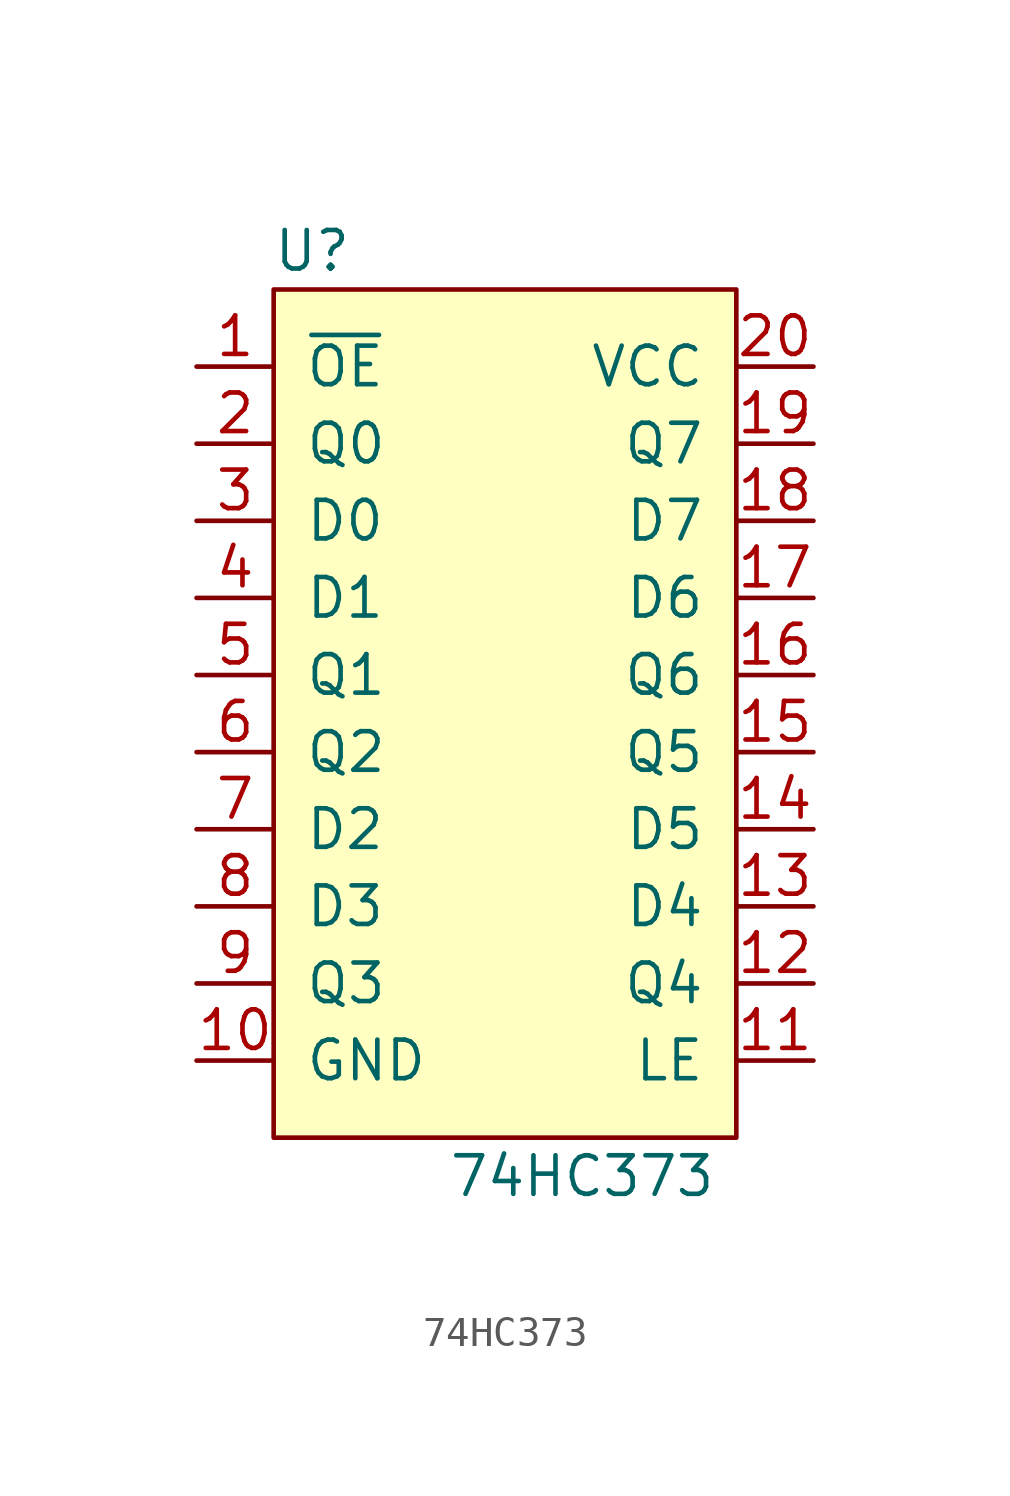
<source format=kicad_sym>
(kicad_symbol_lib
  (version 20241209)
  (generator "kicad_symbol_editor")
  (generator_version "9.0")
  (symbol "74HC373"
    (pin_names
      (offset 1.016))
    (property "Reference" "U"
      (at -6.35 15.24 0)
      (effects (font (size 1.27 1.27))))
    (property "Value" "74HC373"
      (at 2.54 -15.24 0)
      (effects (font (size 1.27 1.27))))
    (symbol "74HC373_0_1"
      (rectangle (start -7.62 13.97) (end 7.62 -13.97) (stroke (width 0) (type solid)) (fill (type background))))
    (symbol "74HC373_1_1"
      (pin input line (at -10.16 11.43 0) (length 2.54) (name "~{OE}" (effects (font (size 1.27 1.27)))) (number "1" (effects (font (size 1.27 1.27)))))
      (pin output line (at -10.16 8.89 0) (length 2.54) (name "Q0" (effects (font (size 1.27 1.27)))) (number "2" (effects (font (size 1.27 1.27)))))
      (pin input line (at -10.16 6.35 0) (length 2.54) (name "D0" (effects (font (size 1.27 1.27)))) (number "3" (effects (font (size 1.27 1.27)))))
      (pin input line (at -10.16 3.81 0) (length 2.54) (name "D1" (effects (font (size 1.27 1.27)))) (number "4" (effects (font (size 1.27 1.27)))))
      (pin output line (at -10.16 1.27 0) (length 2.54) (name "Q1" (effects (font (size 1.27 1.27)))) (number "5" (effects (font (size 1.27 1.27)))))
      (pin output line (at -10.16 -1.27 0) (length 2.54) (name "Q2" (effects (font (size 1.27 1.27)))) (number "6" (effects (font (size 1.27 1.27)))))
      (pin input line (at -10.16 -3.81 0) (length 2.54) (name "D2" (effects (font (size 1.27 1.27)))) (number "7" (effects (font (size 1.27 1.27)))))
      (pin input line (at -10.16 -6.35 0) (length 2.54) (name "D3" (effects (font (size 1.27 1.27)))) (number "8" (effects (font (size 1.27 1.27)))))
      (pin output line (at -10.16 -8.89 0) (length 2.54) (name "Q3" (effects (font (size 1.27 1.27)))) (number "9" (effects (font (size 1.27 1.27)))))
      (pin passive line (at -10.16 -11.43 0) (length 2.54) (name "GND" (effects (font (size 1.27 1.27)))) (number "10" (effects (font (size 1.27 1.27)))))
      (pin passive line (at 10.16 11.43 180) (length 2.54) (name "VCC" (effects (font (size 1.27 1.27)))) (number "20" (effects (font (size 1.27 1.27)))))
      (pin output line (at 10.16 8.89 180) (length 2.54) (name "Q7" (effects (font (size 1.27 1.27)))) (number "19" (effects (font (size 1.27 1.27)))))
      (pin input line (at 10.16 6.35 180) (length 2.54) (name "D7" (effects (font (size 1.27 1.27)))) (number "18" (effects (font (size 1.27 1.27)))))
      (pin input line (at 10.16 3.81 180) (length 2.54) (name "D6" (effects (font (size 1.27 1.27)))) (number "17" (effects (font (size 1.27 1.27)))))
      (pin output line (at 10.16 1.27 180) (length 2.54) (name "Q6" (effects (font (size 1.27 1.27)))) (number "16" (effects (font (size 1.27 1.27)))))
      (pin output line (at 10.16 -1.27 180) (length 2.54) (name "Q5" (effects (font (size 1.27 1.27)))) (number "15" (effects (font (size 1.27 1.27)))))
      (pin input line (at 10.16 -3.81 180) (length 2.54) (name "D5" (effects (font (size 1.27 1.27)))) (number "14" (effects (font (size 1.27 1.27)))))
      (pin input line (at 10.16 -6.35 180) (length 2.54) (name "D4" (effects (font (size 1.27 1.27)))) (number "13" (effects (font (size 1.27 1.27)))))
      (pin output line (at 10.16 -8.89 180) (length 2.54) (name "Q4" (effects (font (size 1.27 1.27)))) (number "12" (effects (font (size 1.27 1.27)))))
      (pin input line (at 10.16 -11.43 180) (length 2.54) (name "LE" (effects (font (size 1.27 1.27)))) (number "11" (effects (font (size 1.27 1.27))))))))
</source>
